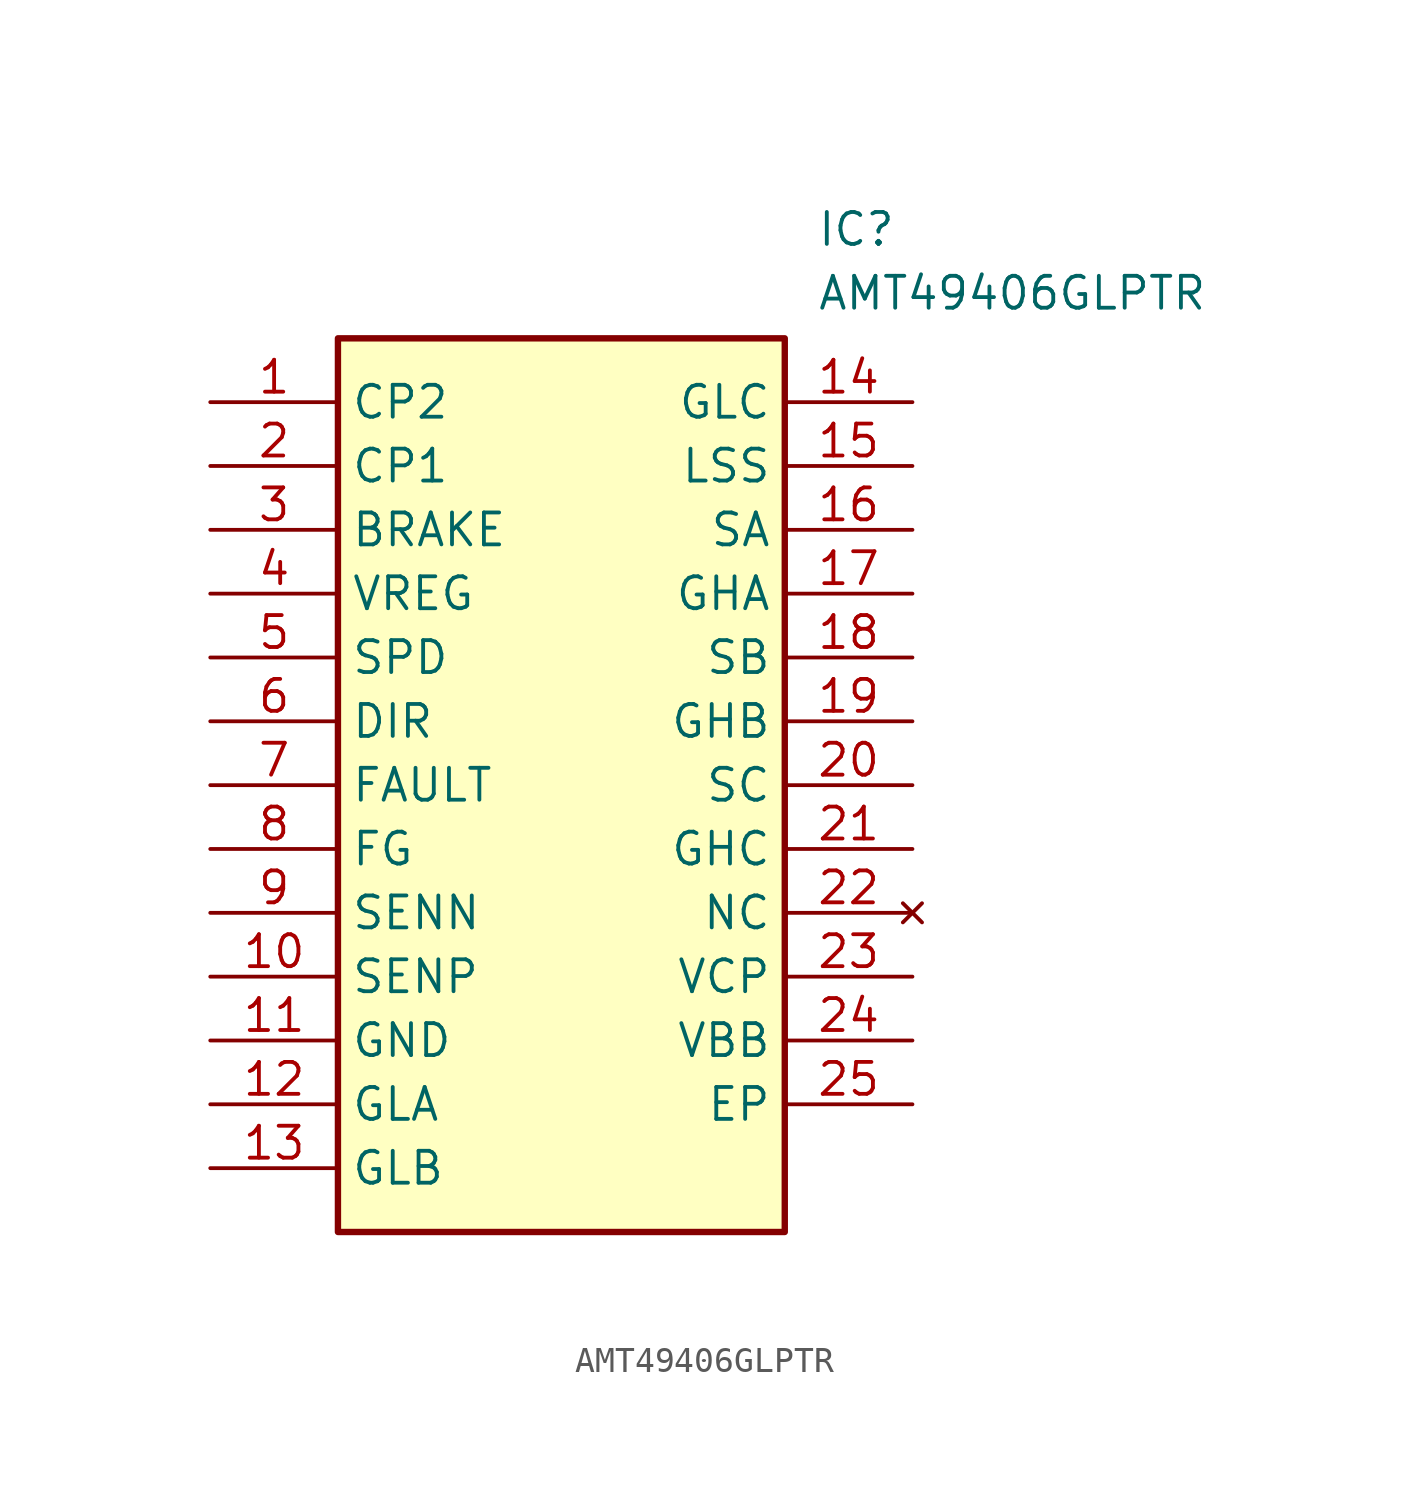
<source format=kicad_sym>
(kicad_symbol_lib
  (version 20211014)
  (generator SamacSys_ECAD_Model)
  (symbol "AMT49406GLPTR"
    (property "Reference" "IC"
      (at 24.13 7.62 0)
      (effects (font (size 1.27 1.27)) (justify left top)))
    (property "Value" "AMT49406GLPTR"
      (at 24.13 5.08 0)
      (effects (font (size 1.27 1.27)) (justify left top)))
    (rectangle
      (start 5.08 2.54)
      (end 22.86 -33.02)
      (stroke (width 0.254) (type default))
      (fill (type background)))
    (pin passive line
      (at 0 0 0)
      (length 5.08)
      (name "CP2" (effects (font (size 1.27 1.27))))
      (number "1" (effects (font (size 1.27 1.27)))))
    (pin passive line
      (at 0 -2.54 0)
      (length 5.08)
      (name "CP1" (effects (font (size 1.27 1.27))))
      (number "2" (effects (font (size 1.27 1.27)))))
    (pin passive line
      (at 0 -5.08 0)
      (length 5.08)
      (name "BRAKE" (effects (font (size 1.27 1.27))))
      (number "3" (effects (font (size 1.27 1.27)))))
    (pin passive line
      (at 0 -7.62 0)
      (length 5.08)
      (name "VREG" (effects (font (size 1.27 1.27))))
      (number "4" (effects (font (size 1.27 1.27)))))
    (pin passive line
      (at 0 -10.16 0)
      (length 5.08)
      (name "SPD" (effects (font (size 1.27 1.27))))
      (number "5" (effects (font (size 1.27 1.27)))))
    (pin passive line
      (at 0 -12.7 0)
      (length 5.08)
      (name "DIR" (effects (font (size 1.27 1.27))))
      (number "6" (effects (font (size 1.27 1.27)))))
    (pin passive line
      (at 0 -15.24 0)
      (length 5.08)
      (name "FAULT" (effects (font (size 1.27 1.27))))
      (number "7" (effects (font (size 1.27 1.27)))))
    (pin passive line
      (at 0 -17.78 0)
      (length 5.08)
      (name "FG" (effects (font (size 1.27 1.27))))
      (number "8" (effects (font (size 1.27 1.27)))))
    (pin passive line
      (at 0 -20.32 0)
      (length 5.08)
      (name "SENN" (effects (font (size 1.27 1.27))))
      (number "9" (effects (font (size 1.27 1.27)))))
    (pin passive line
      (at 0 -22.86 0)
      (length 5.08)
      (name "SENP" (effects (font (size 1.27 1.27))))
      (number "10" (effects (font (size 1.27 1.27)))))
    (pin passive line
      (at 0 -25.4 0)
      (length 5.08)
      (name "GND" (effects (font (size 1.27 1.27))))
      (number "11" (effects (font (size 1.27 1.27)))))
    (pin passive line
      (at 0 -27.94 0)
      (length 5.08)
      (name "GLA" (effects (font (size 1.27 1.27))))
      (number "12" (effects (font (size 1.27 1.27)))))
    (pin passive line
      (at 0 -30.48 0)
      (length 5.08)
      (name "GLB" (effects (font (size 1.27 1.27))))
      (number "13" (effects (font (size 1.27 1.27)))))
    (pin passive line
      (at 27.94 0 180)
      (length 5.08)
      (name "GLC" (effects (font (size 1.27 1.27))))
      (number "14" (effects (font (size 1.27 1.27)))))
    (pin passive line
      (at 27.94 -2.54 180)
      (length 5.08)
      (name "LSS" (effects (font (size 1.27 1.27))))
      (number "15" (effects (font (size 1.27 1.27)))))
    (pin passive line
      (at 27.94 -5.08 180)
      (length 5.08)
      (name "SA" (effects (font (size 1.27 1.27))))
      (number "16" (effects (font (size 1.27 1.27)))))
    (pin passive line
      (at 27.94 -7.62 180)
      (length 5.08)
      (name "GHA" (effects (font (size 1.27 1.27))))
      (number "17" (effects (font (size 1.27 1.27)))))
    (pin passive line
      (at 27.94 -10.16 180)
      (length 5.08)
      (name "SB" (effects (font (size 1.27 1.27))))
      (number "18" (effects (font (size 1.27 1.27)))))
    (pin passive line
      (at 27.94 -12.7 180)
      (length 5.08)
      (name "GHB" (effects (font (size 1.27 1.27))))
      (number "19" (effects (font (size 1.27 1.27)))))
    (pin passive line
      (at 27.94 -15.24 180)
      (length 5.08)
      (name "SC" (effects (font (size 1.27 1.27))))
      (number "20" (effects (font (size 1.27 1.27)))))
    (pin passive line
      (at 27.94 -17.78 180)
      (length 5.08)
      (name "GHC" (effects (font (size 1.27 1.27))))
      (number "21" (effects (font (size 1.27 1.27)))))
    (pin no_connect line
      (at 27.94 -20.32 180)
      (length 5.08)
      (name "NC" (effects (font (size 1.27 1.27))))
      (number "22" (effects (font (size 1.27 1.27)))))
    (pin passive line
      (at 27.94 -22.86 180)
      (length 5.08)
      (name "VCP" (effects (font (size 1.27 1.27))))
      (number "23" (effects (font (size 1.27 1.27)))))
    (pin passive line
      (at 27.94 -25.4 180)
      (length 5.08)
      (name "VBB" (effects (font (size 1.27 1.27))))
      (number "24" (effects (font (size 1.27 1.27)))))
    (pin passive line
      (at 27.94 -27.94 180)
      (length 5.08)
      (name "EP" (effects (font (size 1.27 1.27))))
      (number "25" (effects (font (size 1.27 1.27)))))))
</source>
